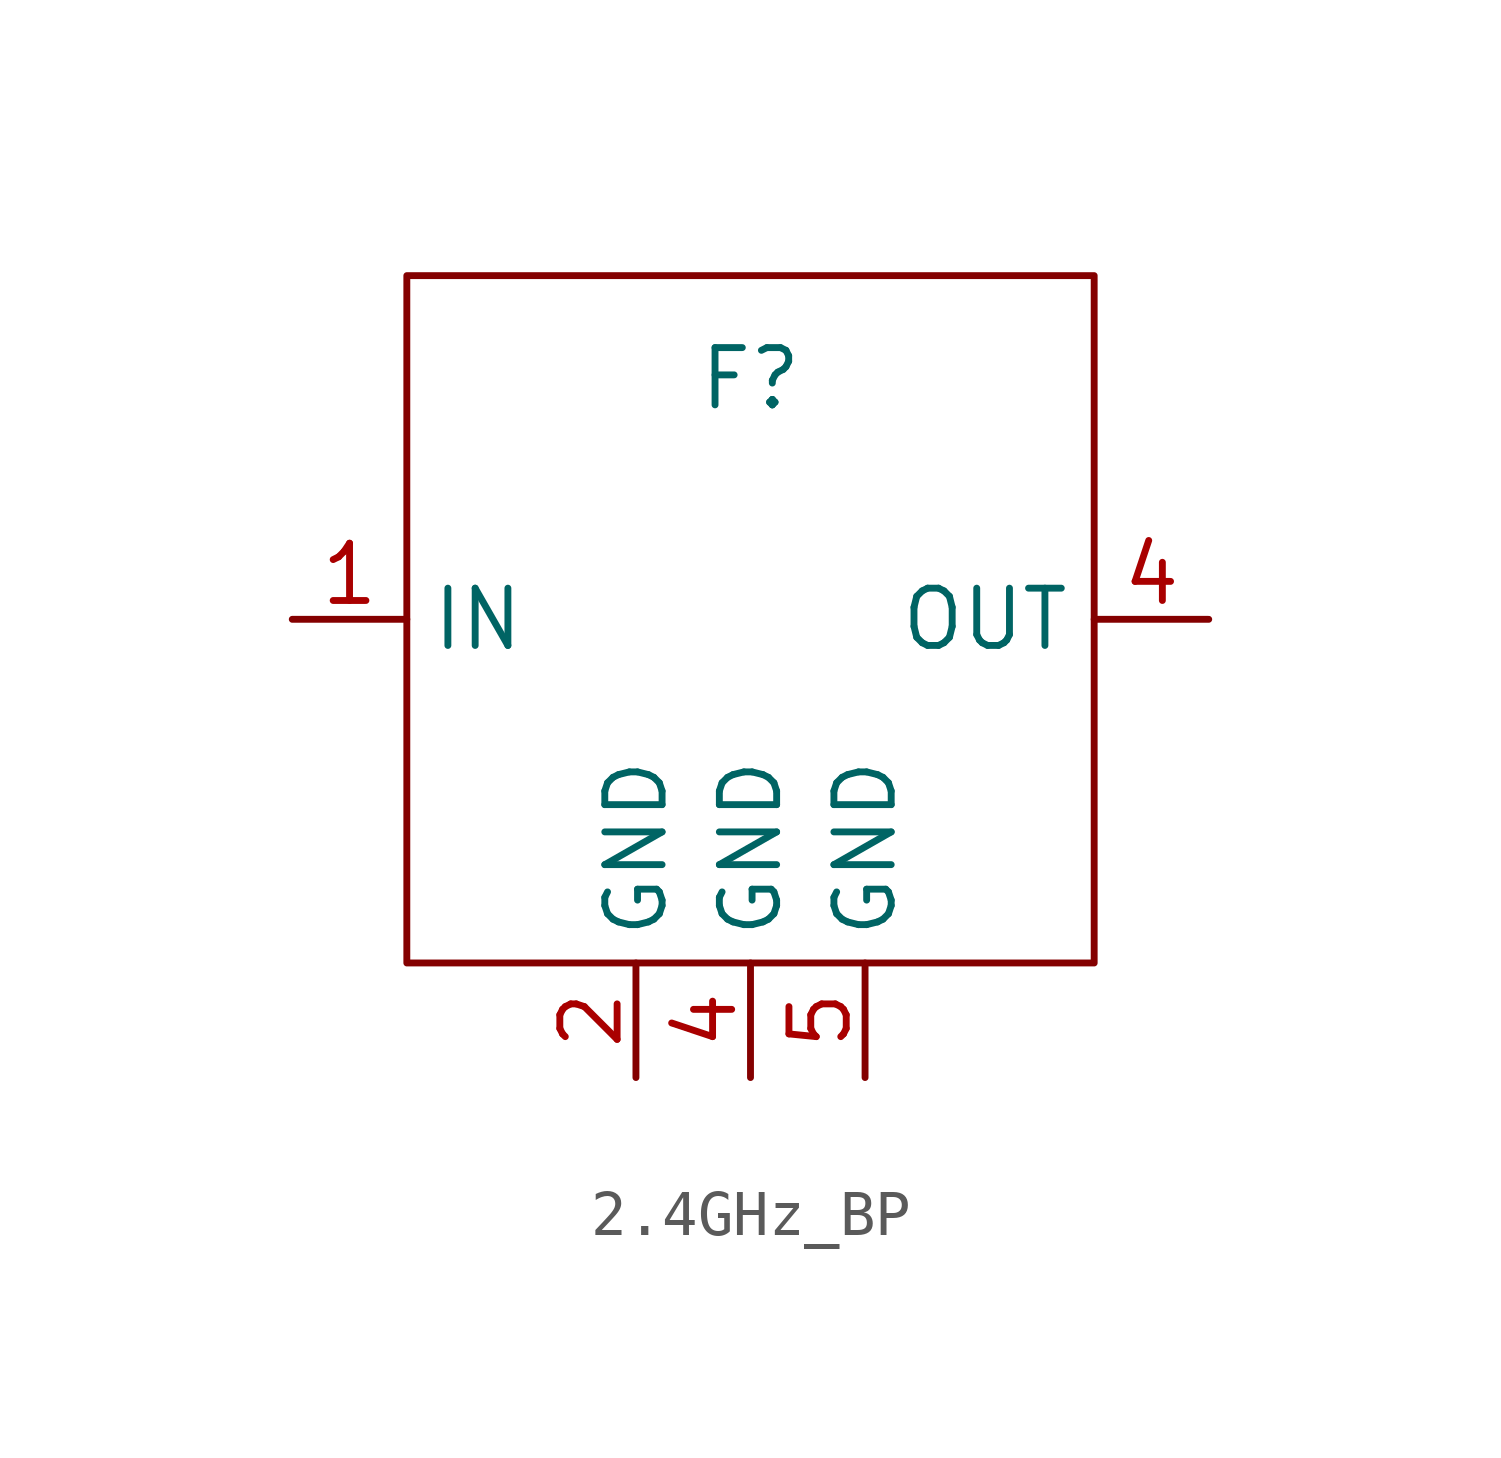
<source format=kicad_sym>
(kicad_symbol_lib
  (version 20241209)
  (generator "kicad_symbol_editor")
  (generator_version "9.0")
  (symbol "2.4GHz_BP"
    (property "Reference" "F"
      (at 10.16 -2.286 0)
      (effects (font (size 1.27 1.27))))
    (property "Value" ""
      (at 0 0 0)
      (effects (font (size 1.27 1.27))))
    (symbol "2.4GHz_BP_0_1"
      (rectangle (start 2.54 0) (end 17.78 -15.24) (stroke (width 0) (type default)) (fill (type none))))
    (symbol "2.4GHz_BP_1_1"
      (pin input line (at 0 -7.62 0) (length 2.54) (name "IN" (effects (font (size 1.27 1.27)))) (number "1" (effects (font (size 1.27 1.27)))))
      (pin input line (at 7.62 -17.78 90) (length 2.54) (name "GND" (effects (font (size 1.27 1.27)))) (number "2" (effects (font (size 1.27 1.27)))))
      (pin input line (at 10.16 -17.78 90) (length 2.54) (name "GND" (effects (font (size 1.27 1.27)))) (number "4" (effects (font (size 1.27 1.27)))))
      (pin input line (at 12.7 -17.78 90) (length 2.54) (name "GND" (effects (font (size 1.27 1.27)))) (number "5" (effects (font (size 1.27 1.27)))))
      (pin input line (at 20.32 -7.62 180) (length 2.54) (name "OUT" (effects (font (size 1.27 1.27)))) (number "4" (effects (font (size 1.27 1.27))))))))
</source>
